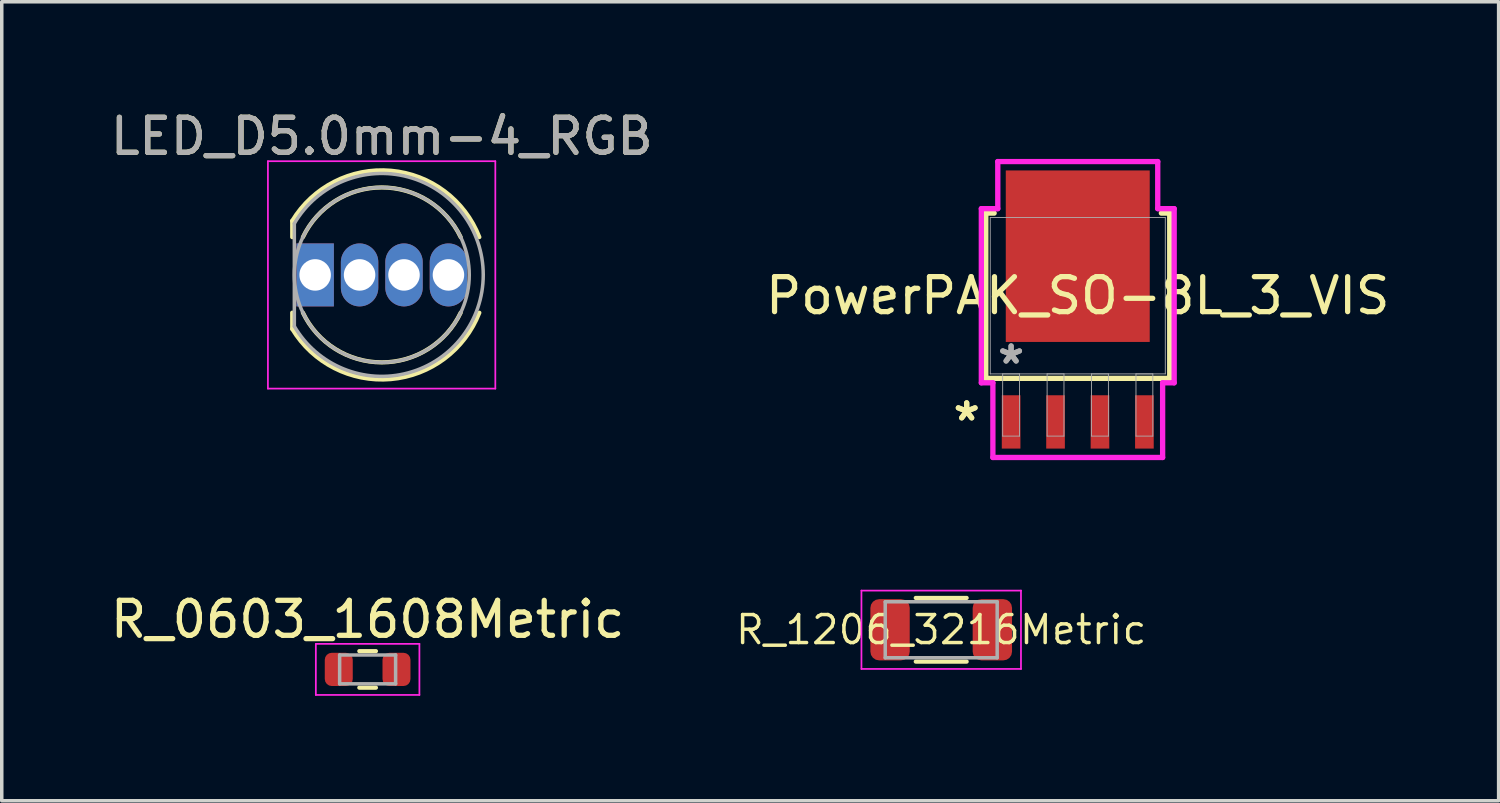
<source format=kicad_pcb>
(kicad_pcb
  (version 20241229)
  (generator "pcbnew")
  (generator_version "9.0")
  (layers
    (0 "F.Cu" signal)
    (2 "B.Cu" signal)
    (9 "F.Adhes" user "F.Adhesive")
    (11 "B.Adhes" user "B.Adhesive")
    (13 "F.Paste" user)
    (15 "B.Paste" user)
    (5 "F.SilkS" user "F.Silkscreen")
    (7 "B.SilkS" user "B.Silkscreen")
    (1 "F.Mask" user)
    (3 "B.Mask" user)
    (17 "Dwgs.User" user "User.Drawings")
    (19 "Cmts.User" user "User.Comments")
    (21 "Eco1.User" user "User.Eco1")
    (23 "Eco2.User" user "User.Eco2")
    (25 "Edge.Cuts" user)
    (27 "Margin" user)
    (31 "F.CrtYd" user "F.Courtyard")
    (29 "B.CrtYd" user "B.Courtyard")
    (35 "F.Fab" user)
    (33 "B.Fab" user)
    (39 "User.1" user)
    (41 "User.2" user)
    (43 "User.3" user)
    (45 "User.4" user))
  (footprint "R_1206_3216Metric"
    (layer "F.Cu")
    (at 23.853 14.951)
    (property "Reference" "R_1206_3216Metric" (at 0 0 0) (layer "F.SilkS") (effects (font (size 0.8 0.8) (thickness 0.1))))
    (attr smd)
    (fp_line (start -0.727 -0.91) (end 0.727 -0.91) (stroke (width 0.12) (type solid)) (layer "F.SilkS"))
    (fp_line (start -0.727 0.91) (end 0.727 0.91) (stroke (width 0.12) (type solid)) (layer "F.SilkS"))
    (fp_line (start -2.28 -1.12) (end 2.28 -1.12) (stroke (width 0.05) (type solid)) (layer "F.CrtYd"))
    (fp_line (start -2.28 1.12) (end -2.28 -1.12) (stroke (width 0.05) (type solid)) (layer "F.CrtYd"))
    (fp_line (start 2.28 -1.12) (end 2.28 1.12) (stroke (width 0.05) (type solid)) (layer "F.CrtYd"))
    (fp_line (start 2.28 1.12) (end -2.28 1.12) (stroke (width 0.05) (type solid)) (layer "F.CrtYd"))
    (fp_line (start -1.6 -0.8) (end 1.6 -0.8) (stroke (width 0.1) (type solid)) (layer "F.Fab"))
    (fp_line (start -1.6 0.8) (end -1.6 -0.8) (stroke (width 0.1) (type solid)) (layer "F.Fab"))
    (fp_line (start 1.6 -0.8) (end 1.6 0.8) (stroke (width 0.1) (type solid)) (layer "F.Fab"))
    (fp_line (start 1.6 0.8) (end -1.6 0.8) (stroke (width 0.1) (type solid)) (layer "F.Fab"))
    (fp_rect (start -2.2 -0.9) (end 2.2 0.9) (stroke (width 0.1) (type default)) (fill no) (layer "User.7"))
    (fp_text user "${REFERENCE}" (at 0 0 0) (layer "User.5") (effects (font (size 0.6 0.6) (thickness 0.08))))
    (pad "1" smd roundrect (at -1.462 0) (size 1.125 1.75) (layers "F.Cu" "F.Mask" "F.Paste") (roundrect_rratio 0.222))
    (pad "2" smd roundrect (at 1.462 0) (size 1.125 1.75) (layers "F.Cu" "F.Mask" "F.Paste") (roundrect_rratio 0.222)))
  (footprint "PowerPAK_SO-8L_3_VIS"
    (layer "F.Cu")
    (at 27.756 5.403)
    (property "Reference" "PowerPAK_SO-8L_3_VIS" (at 0 0 0) (unlocked yes) (layer "F.SilkS") (effects (font (size 1 1) (thickness 0.15))))
    (attr smd)
    (fp_line (start -2.629 -2.362) (end -2.629 2.362) (stroke (width 0.152) (type solid)) (layer "F.SilkS"))
    (fp_line (start -2.629 2.362) (end 2.629 2.362) (stroke (width 0.152) (type solid)) (layer "F.SilkS"))
    (fp_line (start -2.39 -2.362) (end -2.629 -2.362) (stroke (width 0.152) (type solid)) (layer "F.SilkS"))
    (fp_line (start 2.629 -2.362) (end 2.39 -2.362) (stroke (width 0.152) (type solid)) (layer "F.SilkS"))
    (fp_line (start 2.629 2.362) (end 2.629 -2.362) (stroke (width 0.152) (type solid)) (layer "F.SilkS"))
    (fp_line (start -2.756 -2.489) (end -2.286 -2.489) (stroke (width 0.152) (type solid)) (layer "F.CrtYd"))
    (fp_line (start -2.756 2.489) (end -2.756 -2.489) (stroke (width 0.152) (type solid)) (layer "F.CrtYd"))
    (fp_line (start -2.426 2.489) (end -2.756 2.489) (stroke (width 0.152) (type solid)) (layer "F.CrtYd"))
    (fp_line (start -2.426 4.623) (end -2.426 2.489) (stroke (width 0.152) (type solid)) (layer "F.CrtYd"))
    (fp_line (start -2.286 -3.835) (end 2.286 -3.835) (stroke (width 0.152) (type solid)) (layer "F.CrtYd"))
    (fp_line (start -2.286 -2.489) (end -2.286 -3.835) (stroke (width 0.152) (type solid)) (layer "F.CrtYd"))
    (fp_line (start 2.286 -3.835) (end 2.286 -2.489) (stroke (width 0.152) (type solid)) (layer "F.CrtYd"))
    (fp_line (start 2.286 -2.489) (end 2.756 -2.489) (stroke (width 0.152) (type solid)) (layer "F.CrtYd"))
    (fp_line (start 2.426 2.489) (end 2.426 4.623) (stroke (width 0.152) (type solid)) (layer "F.CrtYd"))
    (fp_line (start 2.426 4.623) (end -2.426 4.623) (stroke (width 0.152) (type solid)) (layer "F.CrtYd"))
    (fp_line (start 2.756 -2.489) (end 2.756 2.489) (stroke (width 0.152) (type solid)) (layer "F.CrtYd"))
    (fp_line (start 2.756 2.489) (end 2.426 2.489) (stroke (width 0.152) (type solid)) (layer "F.CrtYd"))
    (fp_line (start -2.502 -2.235) (end -2.502 2.235) (stroke (width 0.025) (type solid)) (layer "F.Fab"))
    (fp_line (start -2.502 2.235) (end 2.502 2.235) (stroke (width 0.025) (type solid)) (layer "F.Fab"))
    (fp_line (start -2.146 2.235) (end -2.146 4.013) (stroke (width 0.025) (type solid)) (layer "F.Fab"))
    (fp_line (start -2.146 4.013) (end -1.664 4.013) (stroke (width 0.025) (type solid)) (layer "F.Fab"))
    (fp_line (start -1.664 2.235) (end -2.146 2.235) (stroke (width 0.025) (type solid)) (layer "F.Fab"))
    (fp_line (start -1.664 4.013) (end -1.664 2.235) (stroke (width 0.025) (type solid)) (layer "F.Fab"))
    (fp_line (start -0.876 2.235) (end -0.876 4.013) (stroke (width 0.025) (type solid)) (layer "F.Fab"))
    (fp_line (start -0.876 4.013) (end -0.394 4.013) (stroke (width 0.025) (type solid)) (layer "F.Fab"))
    (fp_line (start -0.394 2.235) (end -0.876 2.235) (stroke (width 0.025) (type solid)) (layer "F.Fab"))
    (fp_line (start -0.394 4.013) (end -0.394 2.235) (stroke (width 0.025) (type solid)) (layer "F.Fab"))
    (fp_line (start 0.394 2.235) (end 0.394 4.013) (stroke (width 0.025) (type solid)) (layer "F.Fab"))
    (fp_line (start 0.394 4.013) (end 0.876 4.013) (stroke (width 0.025) (type solid)) (layer "F.Fab"))
    (fp_line (start 0.876 2.235) (end 0.394 2.235) (stroke (width 0.025) (type solid)) (layer "F.Fab"))
    (fp_line (start 0.876 4.013) (end 0.876 2.235) (stroke (width 0.025) (type solid)) (layer "F.Fab"))
    (fp_line (start 1.664 2.235) (end 1.664 4.013) (stroke (width 0.025) (type solid)) (layer "F.Fab"))
    (fp_line (start 1.664 4.013) (end 2.146 4.013) (stroke (width 0.025) (type solid)) (layer "F.Fab"))
    (fp_line (start 2.146 2.235) (end 1.664 2.235) (stroke (width 0.025) (type solid)) (layer "F.Fab"))
    (fp_line (start 2.146 4.013) (end 2.146 2.235) (stroke (width 0.025) (type solid)) (layer "F.Fab"))
    (fp_line (start 2.502 -2.235) (end -2.502 -2.235) (stroke (width 0.025) (type solid)) (layer "F.Fab"))
    (fp_line (start 2.502 2.235) (end 2.502 -2.235) (stroke (width 0.025) (type solid)) (layer "F.Fab"))
    (fp_rect (start -2.45 -3.8) (end 2.45 4.6) (stroke (width 0.1) (type default)) (fill no) (layer "User.7"))
    (fp_circle (center -1.95 4) (end -1.75 4.1) (stroke (width 0.1) (type default)) (fill no) (layer "User.7"))
    (fp_text user "*" (at -3.175 3.607 0) (unlocked yes) (layer "F.SilkS") (effects (font (size 1 1) (thickness 0.15))))
    (fp_text user "*" (at -3.175 3.607 0) (layer "F.SilkS") (effects (font (size 1 1) (thickness 0.15))))
    (fp_text user "*" (at -1.905 1.981 0) (unlocked yes) (layer "F.Fab") (effects (font (size 1 1) (thickness 0.15))))
    (fp_text user "*" (at -1.905 1.981 0) (layer "F.Fab") (effects (font (size 1 1) (thickness 0.15))))
    (fp_text user "${REFERENCE}" (at 0 0 90) (layer "User.5") (effects (font (size 0.6 0.6) (thickness 0.08))))
    (pad "1" smd rect (at -1.905 3.607) (size 0.533 1.524) (layers "F.Cu" "F.Mask" "F.Paste"))
    (pad "2" smd rect (at -0.635 3.607) (size 0.533 1.524) (layers "F.Cu" "F.Mask" "F.Paste"))
    (pad "3" smd rect (at 0.635 3.607) (size 0.533 1.524) (layers "F.Cu" "F.Mask" "F.Paste"))
    (pad "4" smd rect (at 1.905 3.607) (size 0.533 1.524) (layers "F.Cu" "F.Mask" "F.Paste"))
    (pad "5" smd rect (at 0 -1.13) (size 4.115 4.902) (layers "F.Cu" "F.Mask" "F.Paste")))
  (footprint "LED_D5.0mm-4_RGB"
    (layer "F.Cu")
    (at 7.863 4.808)
    (property "Reference" "LED_D5.0mm-4_RGB" (at 0 -3.96 0) (layer "F.SilkS") (effects (font (size 1 1) (thickness 0.15))))
    (attr through_hole)
    (fp_line (start -2.56 -1.545) (end -2.56 -1.08) (stroke (width 0.12) (type solid)) (layer "F.SilkS"))
    (fp_line (start -2.56 1.08) (end -2.56 1.545) (stroke (width 0.12) (type solid)) (layer "F.SilkS"))
    (fp_arc (start -2.56 -1.54483) (mid 0.258456 -2.978809) (end 2.787815 -1.080827) (stroke (width 0.12) (type solid)) (layer "F.SilkS"))
    (fp_arc (start -2.254684 -1.08) (mid -0.000238 -2.5) (end 2.254479 -1.080429) (stroke (width 0.12) (type solid)) (layer "F.SilkS"))
    (fp_arc (start 2.254479 1.080429) (mid -0.000238 2.5) (end -2.254684 1.08) (stroke (width 0.12) (type solid)) (layer "F.SilkS"))
    (fp_arc (start 2.787815 1.080827) (mid 0.258456 2.978808) (end -2.56 1.54483) (stroke (width 0.12) (type solid)) (layer "F.SilkS"))
    (fp_line (start -3.255 -3.25) (end -3.255 3.25) (stroke (width 0.05) (type solid)) (layer "F.CrtYd"))
    (fp_line (start -3.255 3.25) (end 3.245 3.25) (stroke (width 0.05) (type solid)) (layer "F.CrtYd"))
    (fp_line (start 3.245 -3.25) (end -3.255 -3.25) (stroke (width 0.05) (type solid)) (layer "F.CrtYd"))
    (fp_line (start 3.245 3.25) (end 3.245 -3.25) (stroke (width 0.05) (type solid)) (layer "F.CrtYd"))
    (fp_line (start -2.5 -1.47) (end -2.5 1.47) (stroke (width 0.1) (type solid)) (layer "F.Fab"))
    (fp_arc (start -2.5 -1.469694) (mid 2.9 0.000016) (end -2.500016 1.469666) (stroke (width 0.1) (type solid)) (layer "F.Fab"))
    (fp_circle (center 0 0) (end 2.5 0) (stroke (width 0.1) (type solid)) (fill no) (layer "F.Fab"))
    (fp_text user "${REFERENCE}" (at 0 -3.96 0) (layer "F.Fab") (effects (font (size 1 1) (thickness 0.15))))
    (pad "1" thru_hole rect (at -1.905 0) (size 1.07 1.8) (drill 0.9) (layers "*.Cu" "*.Mask"))
    (pad "2" thru_hole oval (at -0.635 0) (size 1.07 1.8) (drill 0.9) (layers "*.Cu" "*.Mask"))
    (pad "3" thru_hole oval (at 0.635 0) (size 1.07 1.8) (drill 0.9) (layers "*.Cu" "*.Mask"))
    (pad "4" thru_hole oval (at 1.905 0) (size 1.07 1.8) (drill 0.9) (layers "*.Cu" "*.Mask")))
  (footprint "R_0603_1608Metric"
    (layer "F.Cu")
    (at 7.458 16.084)
    (property "Reference" "R_0603_1608Metric" (at 0 -1.43 0) (layer "F.SilkS") (effects (font (size 1 1) (thickness 0.15))))
    (attr smd)
    (fp_line (start -0.237 -0.522) (end 0.237 -0.522) (stroke (width 0.12) (type solid)) (layer "F.SilkS"))
    (fp_line (start -0.237 0.522) (end 0.237 0.522) (stroke (width 0.12) (type solid)) (layer "F.SilkS"))
    (fp_line (start -1.48 -0.73) (end 1.48 -0.73) (stroke (width 0.05) (type solid)) (layer "F.CrtYd"))
    (fp_line (start -1.48 0.73) (end -1.48 -0.73) (stroke (width 0.05) (type solid)) (layer "F.CrtYd"))
    (fp_line (start 1.48 -0.73) (end 1.48 0.73) (stroke (width 0.05) (type solid)) (layer "F.CrtYd"))
    (fp_line (start 1.48 0.73) (end -1.48 0.73) (stroke (width 0.05) (type solid)) (layer "F.CrtYd"))
    (fp_line (start -0.8 -0.412) (end 0.8 -0.412) (stroke (width 0.1) (type solid)) (layer "F.Fab"))
    (fp_line (start -0.8 0.412) (end -0.8 -0.412) (stroke (width 0.1) (type solid)) (layer "F.Fab"))
    (fp_line (start 0.8 -0.412) (end 0.8 0.412) (stroke (width 0.1) (type solid)) (layer "F.Fab"))
    (fp_line (start 0.8 0.412) (end -0.8 0.412) (stroke (width 0.1) (type solid)) (layer "F.Fab"))
    (fp_rect (start -1.321 -0.559) (end 1.321 0.559) (stroke (width 0.1) (type default)) (fill no) (layer "User.7"))
    (fp_text user "${REFERENCE}" (at 0 0 0) (layer "User.5") (effects (font (size 0.6 0.6) (thickness 0.08))))
    (pad "1" smd roundrect (at -0.825 0) (size 0.8 0.95) (layers "F.Cu" "F.Mask" "F.Paste") (roundrect_rratio 0.25))
    (pad "2" smd roundrect (at 0.825 0) (size 0.8 0.95) (layers "F.Cu" "F.Mask" "F.Paste") (roundrect_rratio 0.25)))
  (gr_rect
    (start -3 -3)
    (end 39.786 19.839)
    (stroke (width 0.1) (type default))
    (fill no)
    (layer "Edge.Cuts")))
</source>
